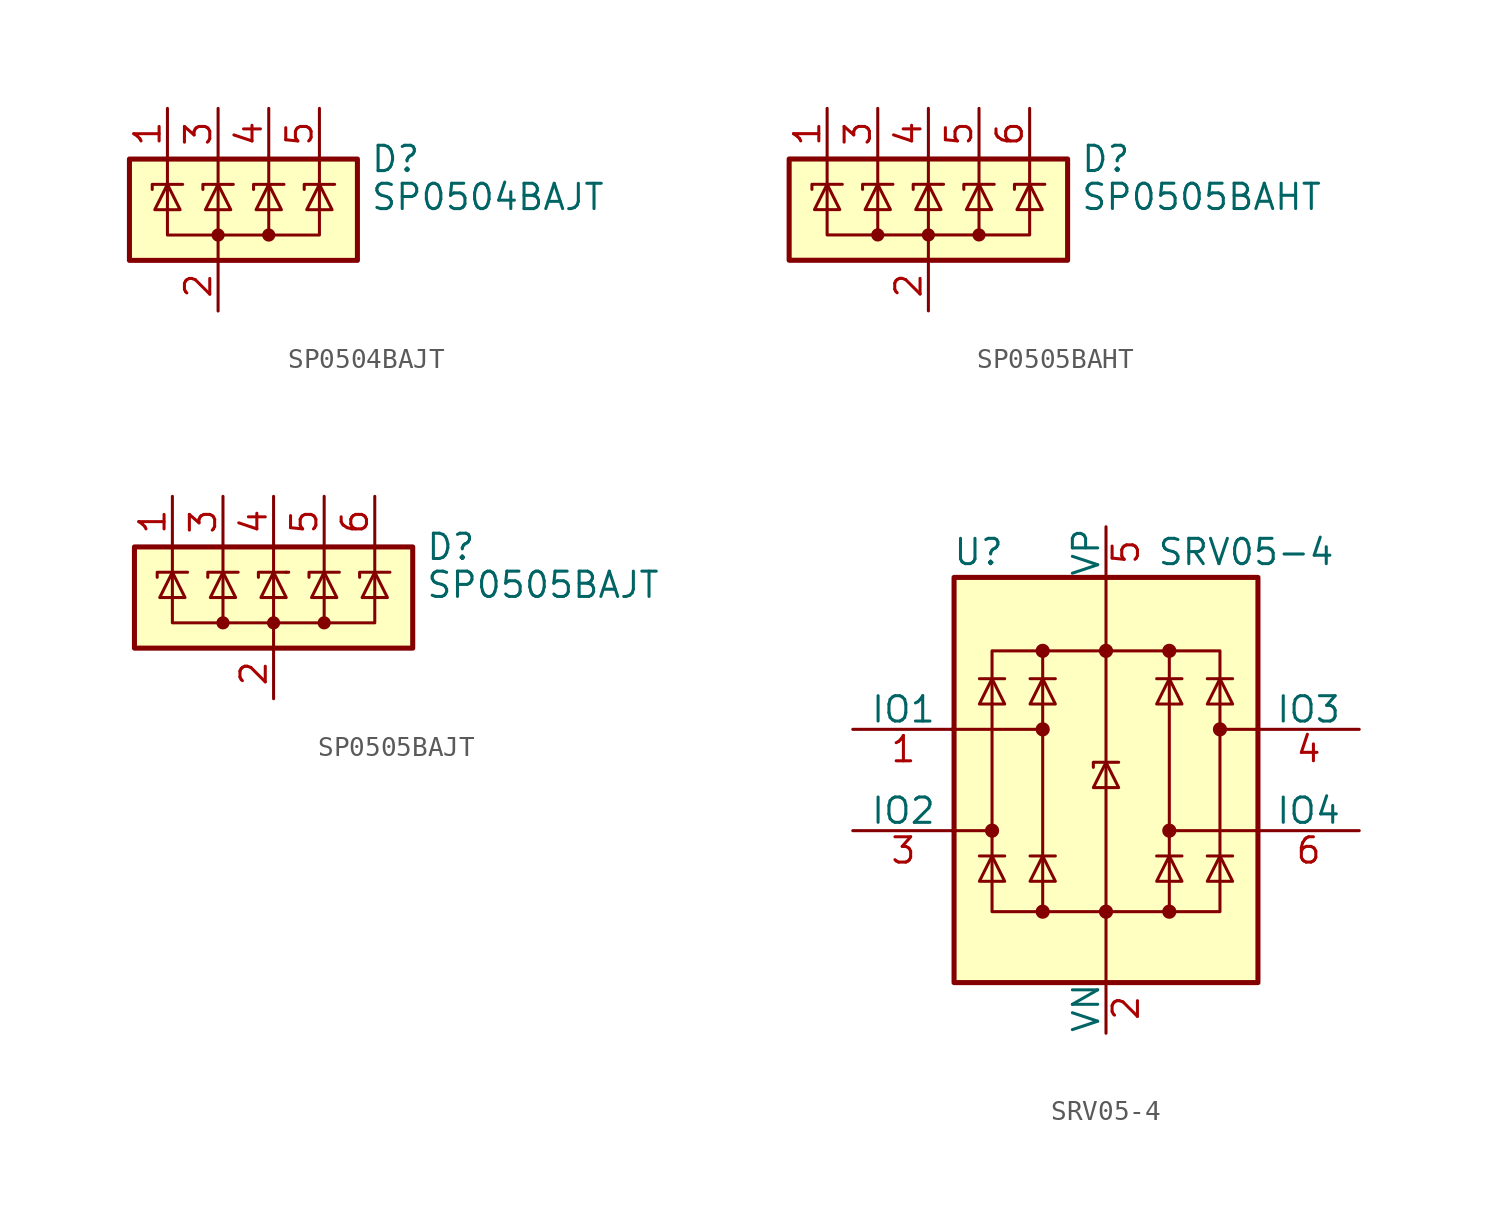
<source format=kicad_sym>
(kicad_symbol_lib
  (version 20201005)
  (generator kicad_symbol_editor)
  (symbol "Power_Protection:SP0504BAJT"
    (pin_names hide)
    (property "Reference" "D"
      (at 7.62 2.54 0)
      (effects (font (size 1.27 1.27)) (justify left)))
    (property "Value" "SP0504BAJT"
      (at 7.62 0.635 0)
      (effects (font (size 1.27 1.27)) (justify left)))
    (symbol "SP0504BAJT_0_0"
      (pin passive line (at 0 -5.08 90) (length 2.54) (name "A" (effects (font (size 1.27 1.27)))) (number "2" (effects (font (size 1.27 1.27))))))
    (symbol "SP0504BAJT_0_1"
      (circle (center 0 -1.27) (radius 0.254) (stroke (width 0)) (fill (type outline)))
      (circle (center 2.54 -1.27) (radius 0.254) (stroke (width 0)) (fill (type outline)))
      (rectangle (start -4.445 2.54) (end 6.985 -2.54) (stroke (width 0.254)) (fill (type background)))
      (polyline (pts (xy -2.54 2.54) (xy -2.54 1.27)) (stroke (width 0)) (fill (type none)))
      (polyline (pts (xy 0 -1.27) (xy 0 -2.54)) (stroke (width 0)) (fill (type none)))
      (polyline (pts (xy 0 -1.27) (xy 0 1.27)) (stroke (width 0)) (fill (type none)))
      (polyline (pts (xy 0 2.54) (xy 0 1.27)) (stroke (width 0)) (fill (type none)))
      (polyline (pts (xy 0.635 1.27) (xy 0.762 1.27)) (stroke (width 0)) (fill (type none)))
      (polyline (pts (xy 2.54 2.54) (xy 2.54 1.27)) (stroke (width 0)) (fill (type none)))
      (polyline (pts (xy 5.08 2.54) (xy 5.08 1.27)) (stroke (width 0)) (fill (type none)))
      (polyline (pts (xy 0.635 1.27) (xy -0.762 1.27) (xy -0.762 1.016)) (stroke (width 0)) (fill (type none)))
      (polyline (pts (xy 5.08 1.27) (xy 5.08 -1.27) (xy 2.54 -1.27)) (stroke (width 0)) (fill (type none)))
      (polyline (pts (xy -3.302 1.016) (xy -3.302 1.27) (xy -1.905 1.27) (xy -1.778 1.27)) (stroke (width 0)) (fill (type none)))
      (polyline (pts (xy -2.54 1.27) (xy -2.54 -1.27) (xy 2.54 -1.27) (xy 2.54 1.27)) (stroke (width 0)) (fill (type none)))
      (polyline (pts (xy -2.54 1.27) (xy -1.905 0) (xy -3.175 0) (xy -2.54 1.27)) (stroke (width 0)) (fill (type none)))
      (polyline (pts (xy 0.635 0) (xy -0.635 0) (xy 0 1.27) (xy 0.635 0)) (stroke (width 0)) (fill (type none)))
      (polyline (pts (xy 1.778 1.016) (xy 1.778 1.27) (xy 3.175 1.27) (xy 3.302 1.27)) (stroke (width 0)) (fill (type none)))
      (polyline (pts (xy 2.54 1.27) (xy 1.905 0) (xy 3.175 0) (xy 2.54 1.27)) (stroke (width 0)) (fill (type none)))
      (polyline (pts (xy 4.318 1.016) (xy 4.318 1.27) (xy 5.715 1.27) (xy 5.842 1.27)) (stroke (width 0)) (fill (type none)))
      (polyline (pts (xy 5.08 1.27) (xy 4.445 0) (xy 5.715 0) (xy 5.08 1.27)) (stroke (width 0)) (fill (type none))))
    (symbol "SP0504BAJT_1_1"
      (pin passive line (at -2.54 5.08 270) (length 2.54) (name "K" (effects (font (size 1.27 1.27)))) (number "1" (effects (font (size 1.27 1.27)))))
      (pin passive line (at 0 5.08 270) (length 2.54) (name "K" (effects (font (size 1.27 1.27)))) (number "3" (effects (font (size 1.27 1.27)))))
      (pin passive line (at 2.54 5.08 270) (length 2.54) (name "K" (effects (font (size 1.27 1.27)))) (number "4" (effects (font (size 1.27 1.27)))))
      (pin passive line (at 5.08 5.08 270) (length 2.54) (name "K" (effects (font (size 1.27 1.27)))) (number "5" (effects (font (size 1.27 1.27)))))))
  (symbol "Power_Protection:SP0505BAHT"
    (pin_names hide)
    (property "Reference" "D"
      (at 7.62 2.54 0)
      (effects (font (size 1.27 1.27)) (justify left)))
    (property "Value" "SP0505BAHT"
      (at 7.62 0.635 0)
      (effects (font (size 1.27 1.27)) (justify left)))
    (symbol "SP0505BAHT_0_0"
      (pin passive line (at 0 -5.08 90) (length 2.54) (name "A" (effects (font (size 1.27 1.27)))) (number "2" (effects (font (size 1.27 1.27))))))
    (symbol "SP0505BAHT_0_1"
      (circle (center -2.54 -1.27) (radius 0.254) (stroke (width 0)) (fill (type outline)))
      (circle (center 0 -1.27) (radius 0.254) (stroke (width 0)) (fill (type outline)))
      (circle (center 2.54 -1.27) (radius 0.254) (stroke (width 0)) (fill (type outline)))
      (rectangle (start -6.985 2.54) (end 6.985 -2.54) (stroke (width 0.254)) (fill (type background)))
      (polyline (pts (xy -5.08 2.54) (xy -5.08 1.27)) (stroke (width 0)) (fill (type none)))
      (polyline (pts (xy -2.54 2.54) (xy -2.54 1.27)) (stroke (width 0)) (fill (type none)))
      (polyline (pts (xy 0 -1.27) (xy 0 -2.54)) (stroke (width 0)) (fill (type none)))
      (polyline (pts (xy 0 -1.27) (xy 0 1.27)) (stroke (width 0)) (fill (type none)))
      (polyline (pts (xy 0 2.54) (xy 0 1.27)) (stroke (width 0)) (fill (type none)))
      (polyline (pts (xy 0.635 1.27) (xy 0.762 1.27)) (stroke (width 0)) (fill (type none)))
      (polyline (pts (xy 2.54 2.54) (xy 2.54 1.27)) (stroke (width 0)) (fill (type none)))
      (polyline (pts (xy 5.08 2.54) (xy 5.08 1.27)) (stroke (width 0)) (fill (type none)))
      (polyline (pts (xy -5.08 1.27) (xy -5.08 -1.27) (xy -2.54 -1.27)) (stroke (width 0)) (fill (type none)))
      (polyline (pts (xy 0.635 1.27) (xy -0.762 1.27) (xy -0.762 1.016)) (stroke (width 0)) (fill (type none)))
      (polyline (pts (xy 5.08 1.27) (xy 5.08 -1.27) (xy 2.54 -1.27)) (stroke (width 0)) (fill (type none)))
      (polyline (pts (xy -5.842 1.016) (xy -5.842 1.27) (xy -4.445 1.27) (xy -4.318 1.27)) (stroke (width 0)) (fill (type none)))
      (polyline (pts (xy -5.08 1.27) (xy -4.445 0) (xy -5.715 0) (xy -5.08 1.27)) (stroke (width 0)) (fill (type none)))
      (polyline (pts (xy -3.302 1.016) (xy -3.302 1.27) (xy -1.905 1.27) (xy -1.778 1.27)) (stroke (width 0)) (fill (type none)))
      (polyline (pts (xy -2.54 1.27) (xy -2.54 -1.27) (xy 2.54 -1.27) (xy 2.54 1.27)) (stroke (width 0)) (fill (type none)))
      (polyline (pts (xy -2.54 1.27) (xy -1.905 0) (xy -3.175 0) (xy -2.54 1.27)) (stroke (width 0)) (fill (type none)))
      (polyline (pts (xy 0.635 0) (xy -0.635 0) (xy 0 1.27) (xy 0.635 0)) (stroke (width 0)) (fill (type none)))
      (polyline (pts (xy 1.778 1.016) (xy 1.778 1.27) (xy 3.175 1.27) (xy 3.302 1.27)) (stroke (width 0)) (fill (type none)))
      (polyline (pts (xy 2.54 1.27) (xy 1.905 0) (xy 3.175 0) (xy 2.54 1.27)) (stroke (width 0)) (fill (type none)))
      (polyline (pts (xy 4.318 1.016) (xy 4.318 1.27) (xy 5.715 1.27) (xy 5.842 1.27)) (stroke (width 0)) (fill (type none)))
      (polyline (pts (xy 5.08 1.27) (xy 4.445 0) (xy 5.715 0) (xy 5.08 1.27)) (stroke (width 0)) (fill (type none))))
    (symbol "SP0505BAHT_1_1"
      (pin passive line (at -5.08 5.08 270) (length 2.54) (name "K" (effects (font (size 1.27 1.27)))) (number "1" (effects (font (size 1.27 1.27)))))
      (pin passive line (at -2.54 5.08 270) (length 2.54) (name "K" (effects (font (size 1.27 1.27)))) (number "3" (effects (font (size 1.27 1.27)))))
      (pin passive line (at 0 5.08 270) (length 2.54) (name "K" (effects (font (size 1.27 1.27)))) (number "4" (effects (font (size 1.27 1.27)))))
      (pin passive line (at 2.54 5.08 270) (length 2.54) (name "K" (effects (font (size 1.27 1.27)))) (number "5" (effects (font (size 1.27 1.27)))))
      (pin passive line (at 5.08 5.08 270) (length 2.54) (name "K" (effects (font (size 1.27 1.27)))) (number "6" (effects (font (size 1.27 1.27)))))))
  (symbol "Power_Protection:SP0505BAJT"
    (pin_names hide)
    (property "Reference" "D"
      (at 7.62 2.54 0)
      (effects (font (size 1.27 1.27)) (justify left)))
    (property "Value" "SP0505BAJT"
      (at 7.62 0.635 0)
      (effects (font (size 1.27 1.27)) (justify left)))
    (symbol "SP0505BAJT_0_0"
      (pin passive line (at 0 -5.08 90) (length 2.54) (name "A" (effects (font (size 1.27 1.27)))) (number "2" (effects (font (size 1.27 1.27))))))
    (symbol "SP0505BAJT_0_1"
      (circle (center -2.54 -1.27) (radius 0.254) (stroke (width 0)) (fill (type outline)))
      (circle (center 0 -1.27) (radius 0.254) (stroke (width 0)) (fill (type outline)))
      (circle (center 2.54 -1.27) (radius 0.254) (stroke (width 0)) (fill (type outline)))
      (rectangle (start -6.985 2.54) (end 6.985 -2.54) (stroke (width 0.254)) (fill (type background)))
      (polyline (pts (xy -5.08 2.54) (xy -5.08 1.27)) (stroke (width 0)) (fill (type none)))
      (polyline (pts (xy -2.54 2.54) (xy -2.54 1.27)) (stroke (width 0)) (fill (type none)))
      (polyline (pts (xy 0 -1.27) (xy 0 -2.54)) (stroke (width 0)) (fill (type none)))
      (polyline (pts (xy 0 -1.27) (xy 0 1.27)) (stroke (width 0)) (fill (type none)))
      (polyline (pts (xy 0 2.54) (xy 0 1.27)) (stroke (width 0)) (fill (type none)))
      (polyline (pts (xy 0.635 1.27) (xy 0.762 1.27)) (stroke (width 0)) (fill (type none)))
      (polyline (pts (xy 2.54 2.54) (xy 2.54 1.27)) (stroke (width 0)) (fill (type none)))
      (polyline (pts (xy 5.08 2.54) (xy 5.08 1.27)) (stroke (width 0)) (fill (type none)))
      (polyline (pts (xy -5.08 1.27) (xy -5.08 -1.27) (xy -2.54 -1.27)) (stroke (width 0)) (fill (type none)))
      (polyline (pts (xy 0.635 1.27) (xy -0.762 1.27) (xy -0.762 1.016)) (stroke (width 0)) (fill (type none)))
      (polyline (pts (xy 5.08 1.27) (xy 5.08 -1.27) (xy 2.54 -1.27)) (stroke (width 0)) (fill (type none)))
      (polyline (pts (xy -5.842 1.016) (xy -5.842 1.27) (xy -4.445 1.27) (xy -4.318 1.27)) (stroke (width 0)) (fill (type none)))
      (polyline (pts (xy -5.08 1.27) (xy -4.445 0) (xy -5.715 0) (xy -5.08 1.27)) (stroke (width 0)) (fill (type none)))
      (polyline (pts (xy -3.302 1.016) (xy -3.302 1.27) (xy -1.905 1.27) (xy -1.778 1.27)) (stroke (width 0)) (fill (type none)))
      (polyline (pts (xy -2.54 1.27) (xy -2.54 -1.27) (xy 2.54 -1.27) (xy 2.54 1.27)) (stroke (width 0)) (fill (type none)))
      (polyline (pts (xy -2.54 1.27) (xy -1.905 0) (xy -3.175 0) (xy -2.54 1.27)) (stroke (width 0)) (fill (type none)))
      (polyline (pts (xy 0.635 0) (xy -0.635 0) (xy 0 1.27) (xy 0.635 0)) (stroke (width 0)) (fill (type none)))
      (polyline (pts (xy 1.778 1.016) (xy 1.778 1.27) (xy 3.175 1.27) (xy 3.302 1.27)) (stroke (width 0)) (fill (type none)))
      (polyline (pts (xy 2.54 1.27) (xy 1.905 0) (xy 3.175 0) (xy 2.54 1.27)) (stroke (width 0)) (fill (type none)))
      (polyline (pts (xy 4.318 1.016) (xy 4.318 1.27) (xy 5.715 1.27) (xy 5.842 1.27)) (stroke (width 0)) (fill (type none)))
      (polyline (pts (xy 5.08 1.27) (xy 4.445 0) (xy 5.715 0) (xy 5.08 1.27)) (stroke (width 0)) (fill (type none))))
    (symbol "SP0505BAJT_1_1"
      (pin passive line (at -5.08 5.08 270) (length 2.54) (name "K" (effects (font (size 1.27 1.27)))) (number "1" (effects (font (size 1.27 1.27)))))
      (pin passive line (at -2.54 5.08 270) (length 2.54) (name "K" (effects (font (size 1.27 1.27)))) (number "3" (effects (font (size 1.27 1.27)))))
      (pin passive line (at 0 5.08 270) (length 2.54) (name "K" (effects (font (size 1.27 1.27)))) (number "4" (effects (font (size 1.27 1.27)))))
      (pin passive line (at 2.54 5.08 270) (length 2.54) (name "K" (effects (font (size 1.27 1.27)))) (number "5" (effects (font (size 1.27 1.27)))))
      (pin passive line (at 5.08 5.08 270) (length 2.54) (name "K" (effects (font (size 1.27 1.27)))) (number "6" (effects (font (size 1.27 1.27)))))))
  (symbol "Power_Protection:SRV05-4"
    (pin_names
      (offset 0))
    (property "Reference" "U"
      (at -5.08 11.43 0)
      (effects (font (size 1.27 1.27)) (justify right)))
    (property "Value" "SRV05-4"
      (at 2.54 11.43 0)
      (effects (font (size 1.27 1.27)) (justify left)))
    (symbol "SRV05-4_0_0"
      (rectangle (start -5.715 6.477) (end 5.715 -6.604) (stroke (width 0)) (fill (type none)))
      (polyline (pts (xy -3.175 -6.604) (xy -3.175 6.477)) (stroke (width 0)) (fill (type none)))
      (polyline (pts (xy 3.175 6.477) (xy 3.175 -6.604)) (stroke (width 0)) (fill (type none))))
    (symbol "SRV05-4_0_1"
      (circle (center -5.715 -2.54) (radius 0.279) (stroke (width 0)) (fill (type outline)))
      (circle (center -3.175 -6.604) (radius 0.279) (stroke (width 0)) (fill (type outline)))
      (circle (center -3.175 2.54) (radius 0.279) (stroke (width 0)) (fill (type outline)))
      (circle (center -3.175 6.477) (radius 0.279) (stroke (width 0)) (fill (type outline)))
      (circle (center 0 -6.604) (radius 0.279) (stroke (width 0)) (fill (type outline)))
      (circle (center 0 6.477) (radius 0.279) (stroke (width 0)) (fill (type outline)))
      (circle (center 3.175 -6.604) (radius 0.279) (stroke (width 0)) (fill (type outline)))
      (circle (center 3.175 -2.54) (radius 0.279) (stroke (width 0)) (fill (type outline)))
      (circle (center 3.175 6.477) (radius 0.279) (stroke (width 0)) (fill (type outline)))
      (circle (center 5.715 2.54) (radius 0.279) (stroke (width 0)) (fill (type outline)))
      (rectangle (start -7.62 10.16) (end 7.62 -10.16) (stroke (width 0.254)) (fill (type background)))
      (polyline (pts (xy -7.747 2.54) (xy -3.175 2.54)) (stroke (width 0)) (fill (type none)))
      (polyline (pts (xy -7.62 -2.54) (xy -5.715 -2.54)) (stroke (width 0)) (fill (type none)))
      (polyline (pts (xy -5.08 -3.81) (xy -6.35 -3.81)) (stroke (width 0)) (fill (type none)))
      (polyline (pts (xy -5.08 5.08) (xy -6.35 5.08)) (stroke (width 0)) (fill (type none)))
      (polyline (pts (xy -2.54 -3.81) (xy -3.81 -3.81)) (stroke (width 0)) (fill (type none)))
      (polyline (pts (xy -2.54 5.08) (xy -3.81 5.08)) (stroke (width 0)) (fill (type none)))
      (polyline (pts (xy 0 10.16) (xy 0 -10.16)) (stroke (width 0)) (fill (type none)))
      (polyline (pts (xy 3.81 -3.81) (xy 2.54 -3.81)) (stroke (width 0)) (fill (type none)))
      (polyline (pts (xy 3.81 5.08) (xy 2.54 5.08)) (stroke (width 0)) (fill (type none)))
      (polyline (pts (xy 6.35 -3.81) (xy 5.08 -3.81)) (stroke (width 0)) (fill (type none)))
      (polyline (pts (xy 6.35 5.08) (xy 5.08 5.08)) (stroke (width 0)) (fill (type none)))
      (polyline (pts (xy 7.62 -2.54) (xy 3.175 -2.54)) (stroke (width 0)) (fill (type none)))
      (polyline (pts (xy 7.62 2.54) (xy 5.715 2.54)) (stroke (width 0)) (fill (type none)))
      (polyline (pts (xy 0.635 0.889) (xy -0.635 0.889) (xy -0.635 0.635)) (stroke (width 0)) (fill (type none)))
      (polyline (pts (xy -5.08 -5.08) (xy -6.35 -5.08) (xy -5.715 -3.81) (xy -5.08 -5.08)) (stroke (width 0)) (fill (type none)))
      (polyline (pts (xy -5.08 3.81) (xy -6.35 3.81) (xy -5.715 5.08) (xy -5.08 3.81)) (stroke (width 0)) (fill (type none)))
      (polyline (pts (xy -2.54 -5.08) (xy -3.81 -5.08) (xy -3.175 -3.81) (xy -2.54 -5.08)) (stroke (width 0)) (fill (type none)))
      (polyline (pts (xy -2.54 3.81) (xy -3.81 3.81) (xy -3.175 5.08) (xy -2.54 3.81)) (stroke (width 0)) (fill (type none)))
      (polyline (pts (xy 0.635 -0.381) (xy -0.635 -0.381) (xy 0 0.889) (xy 0.635 -0.381)) (stroke (width 0)) (fill (type none)))
      (polyline (pts (xy 3.81 -5.08) (xy 2.54 -5.08) (xy 3.175 -3.81) (xy 3.81 -5.08)) (stroke (width 0)) (fill (type none)))
      (polyline (pts (xy 3.81 3.81) (xy 2.54 3.81) (xy 3.175 5.08) (xy 3.81 3.81)) (stroke (width 0)) (fill (type none)))
      (polyline (pts (xy 6.35 -5.08) (xy 5.08 -5.08) (xy 5.715 -3.81) (xy 6.35 -5.08)) (stroke (width 0)) (fill (type none)))
      (polyline (pts (xy 6.35 3.81) (xy 5.08 3.81) (xy 5.715 5.08) (xy 6.35 3.81)) (stroke (width 0)) (fill (type none))))
    (symbol "SRV05-4_1_1"
      (pin passive line (at -12.7 2.54 0) (length 5.08) (name "IO1" (effects (font (size 1.27 1.27)))) (number "1" (effects (font (size 1.27 1.27)))))
      (pin passive line (at 0 -12.7 90) (length 2.54) (name "VN" (effects (font (size 1.27 1.27)))) (number "2" (effects (font (size 1.27 1.27)))))
      (pin passive line (at -12.7 -2.54 0) (length 5.08) (name "IO2" (effects (font (size 1.27 1.27)))) (number "3" (effects (font (size 1.27 1.27)))))
      (pin passive line (at 12.7 2.54 180) (length 5.08) (name "IO3" (effects (font (size 1.27 1.27)))) (number "4" (effects (font (size 1.27 1.27)))))
      (pin passive line (at 0 12.7 270) (length 2.54) (name "VP" (effects (font (size 1.27 1.27)))) (number "5" (effects (font (size 1.27 1.27)))))
      (pin passive line (at 12.7 -2.54 180) (length 5.08) (name "IO4" (effects (font (size 1.27 1.27)))) (number "6" (effects (font (size 1.27 1.27))))))))
</source>
